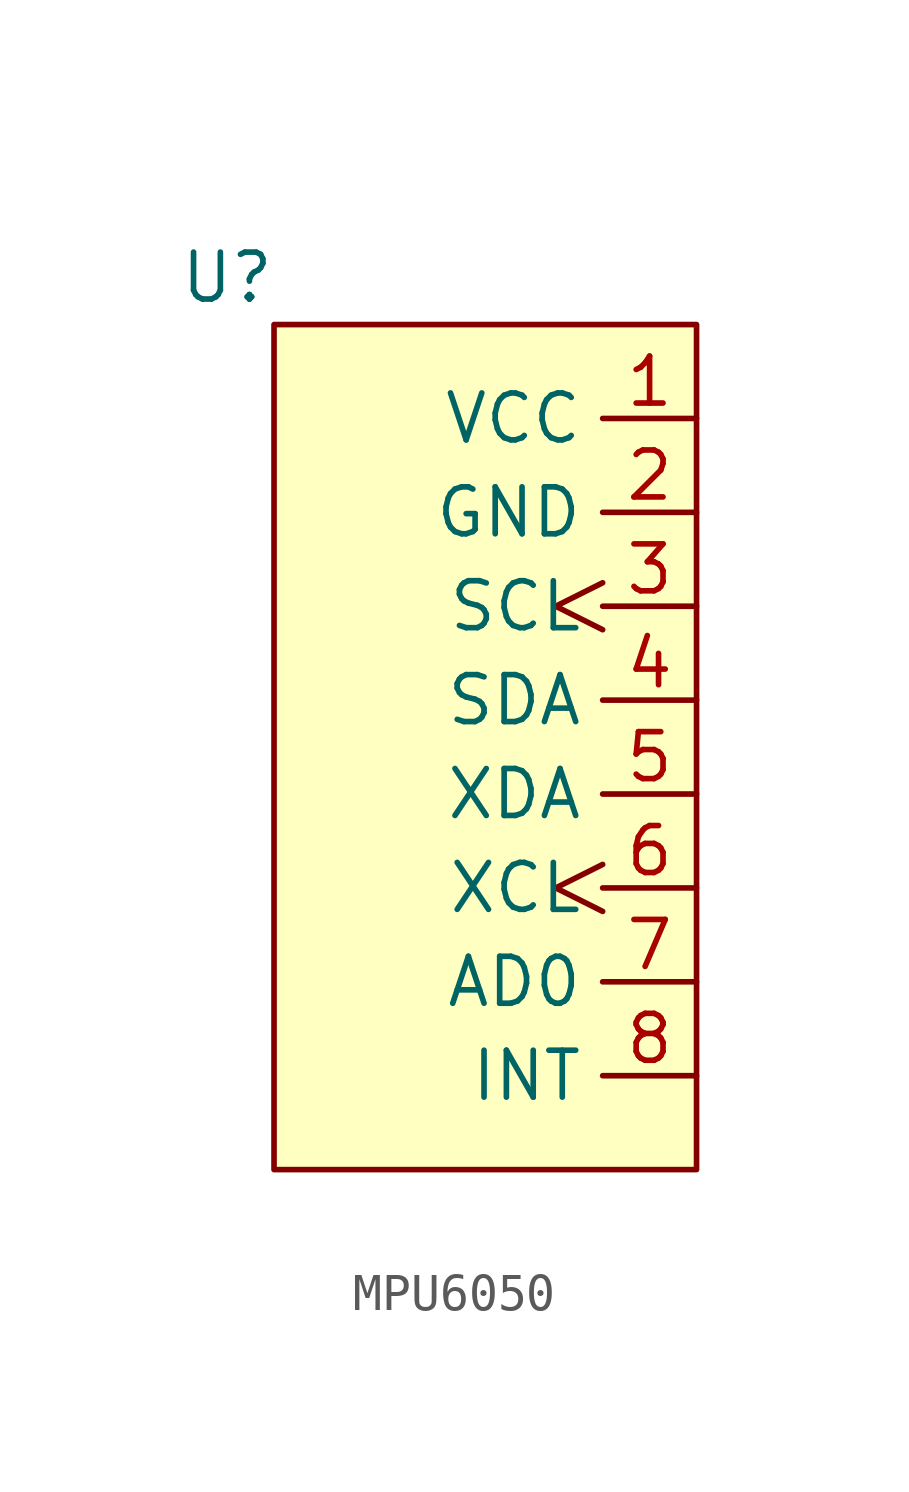
<source format=kicad_sym>
(kicad_symbol_lib
  (version 20220914)
  (generator kicad_symbol_editor)
  (symbol "MPU6050"
    (property "Reference" "U"
      (at 0 0 0)
      (effects (font (size 1.27 1.27))))
    (property "Value" ""
      (at 0 0 0)
      (effects (font (size 1.27 1.27))))
    (symbol "MPU6050_1_1"
      (rectangle (start 1.27 -1.27) (end 12.7 -24.13) (stroke (width 0) (type default)) (fill (type background)))
      (pin power_in line (at 12.7 -3.81 180) (length 2.54) (name "VCC" (effects (font (size 1.27 1.27)))) (number "1" (effects (font (size 1.27 1.27)))))
      (pin power_in line (at 12.7 -6.35 180) (length 2.54) (name "GND" (effects (font (size 1.27 1.27)))) (number "2" (effects (font (size 1.27 1.27)))))
      (pin input clock (at 12.7 -8.89 180) (length 2.54) (name "SCL" (effects (font (size 1.27 1.27)))) (number "3" (effects (font (size 1.27 1.27)))))
      (pin bidirectional line (at 12.7 -11.43 180) (length 2.54) (name "SDA" (effects (font (size 1.27 1.27)))) (number "4" (effects (font (size 1.27 1.27)))))
      (pin bidirectional line (at 12.7 -13.97 180) (length 2.54) (name "XDA" (effects (font (size 1.27 1.27)))) (number "5" (effects (font (size 1.27 1.27)))))
      (pin input clock (at 12.7 -16.51 180) (length 2.54) (name "XCL" (effects (font (size 1.27 1.27)))) (number "6" (effects (font (size 1.27 1.27)))))
      (pin input line (at 12.7 -19.05 180) (length 2.54) (name "AD0" (effects (font (size 1.27 1.27)))) (number "7" (effects (font (size 1.27 1.27)))))
      (pin output line (at 12.7 -21.59 180) (length 2.54) (name "INT" (effects (font (size 1.27 1.27)))) (number "8" (effects (font (size 1.27 1.27))))))))
</source>
